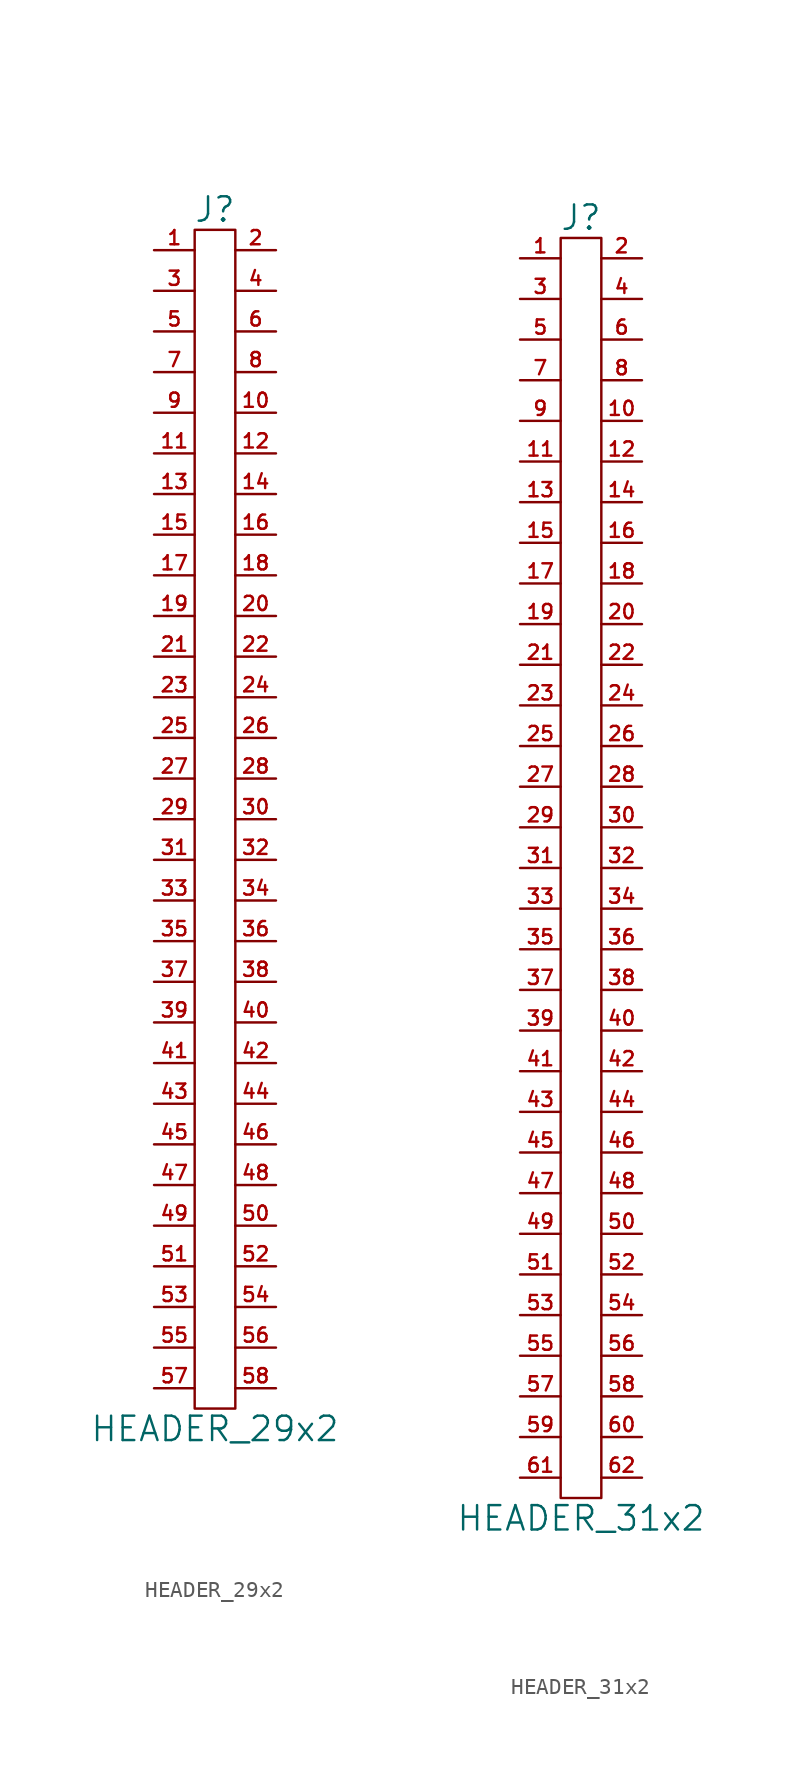
<source format=kicad_sym>
(kicad_symbol_lib
  (version 20211014)
  (generator kicad_symbol_editor)
  (symbol "HEADER_29x2"
    (pin_names
      (offset 0))
    (property "Reference" "J"
      (at 0 38.1 0)
      (effects (font (size 1.524 1.524))))
    (property "Value" "HEADER_29x2"
      (at 0 -38.1 0)
      (effects (font (size 1.524 1.524))))
    (property "Footprint" ""
      (at 0 -1.27 0)
      (effects (font (size 1.524 1.524))))
    (property "Datasheet" ""
      (at 0 -1.27 0)
      (effects (font (size 1.524 1.524))))
    (symbol "HEADER_29x2_0_1"
      (rectangle (start 1.27 -36.83) (end -1.27 36.83) (stroke (width 0) (type default) (color 0 0 0 0)) (fill (type none))))
    (symbol "HEADER_29x2_1_1"
      (pin passive line (at -3.81 35.56 0) (length 2.54) (name "~" (effects (font (size 1.27 1.27)))) (number "1" (effects (font (size 0.889 0.889)))))
      (pin passive line (at 3.81 25.4 180) (length 2.54) (name "~" (effects (font (size 1.27 1.27)))) (number "10" (effects (font (size 0.889 0.889)))))
      (pin passive line (at -3.81 22.86 0) (length 2.54) (name "~" (effects (font (size 1.27 1.27)))) (number "11" (effects (font (size 0.889 0.889)))))
      (pin passive line (at 3.81 22.86 180) (length 2.54) (name "~" (effects (font (size 1.27 1.27)))) (number "12" (effects (font (size 0.889 0.889)))))
      (pin passive line (at -3.81 20.32 0) (length 2.54) (name "~" (effects (font (size 1.27 1.27)))) (number "13" (effects (font (size 0.889 0.889)))))
      (pin passive line (at 3.81 20.32 180) (length 2.54) (name "~" (effects (font (size 1.27 1.27)))) (number "14" (effects (font (size 0.889 0.889)))))
      (pin passive line (at -3.81 17.78 0) (length 2.54) (name "~" (effects (font (size 1.27 1.27)))) (number "15" (effects (font (size 0.889 0.889)))))
      (pin passive line (at 3.81 17.78 180) (length 2.54) (name "~" (effects (font (size 1.27 1.27)))) (number "16" (effects (font (size 0.889 0.889)))))
      (pin passive line (at -3.81 15.24 0) (length 2.54) (name "~" (effects (font (size 1.27 1.27)))) (number "17" (effects (font (size 0.889 0.889)))))
      (pin passive line (at 3.81 15.24 180) (length 2.54) (name "~" (effects (font (size 1.27 1.27)))) (number "18" (effects (font (size 0.889 0.889)))))
      (pin passive line (at -3.81 12.7 0) (length 2.54) (name "~" (effects (font (size 1.27 1.27)))) (number "19" (effects (font (size 0.889 0.889)))))
      (pin passive line (at 3.81 35.56 180) (length 2.54) (name "~" (effects (font (size 1.27 1.27)))) (number "2" (effects (font (size 0.889 0.889)))))
      (pin passive line (at 3.81 12.7 180) (length 2.54) (name "~" (effects (font (size 1.27 1.27)))) (number "20" (effects (font (size 0.889 0.889)))))
      (pin passive line (at -3.81 10.16 0) (length 2.54) (name "~" (effects (font (size 1.27 1.27)))) (number "21" (effects (font (size 0.889 0.889)))))
      (pin passive line (at 3.81 10.16 180) (length 2.54) (name "~" (effects (font (size 1.27 1.27)))) (number "22" (effects (font (size 0.889 0.889)))))
      (pin passive line (at -3.81 7.62 0) (length 2.54) (name "~" (effects (font (size 1.27 1.27)))) (number "23" (effects (font (size 0.889 0.889)))))
      (pin passive line (at 3.81 7.62 180) (length 2.54) (name "~" (effects (font (size 1.27 1.27)))) (number "24" (effects (font (size 0.889 0.889)))))
      (pin passive line (at -3.81 5.08 0) (length 2.54) (name "~" (effects (font (size 1.27 1.27)))) (number "25" (effects (font (size 0.889 0.889)))))
      (pin passive line (at 3.81 5.08 180) (length 2.54) (name "~" (effects (font (size 1.27 1.27)))) (number "26" (effects (font (size 0.889 0.889)))))
      (pin passive line (at -3.81 2.54 0) (length 2.54) (name "~" (effects (font (size 1.27 1.27)))) (number "27" (effects (font (size 0.889 0.889)))))
      (pin passive line (at 3.81 2.54 180) (length 2.54) (name "~" (effects (font (size 1.27 1.27)))) (number "28" (effects (font (size 0.889 0.889)))))
      (pin passive line (at -3.81 0 0) (length 2.54) (name "~" (effects (font (size 1.27 1.27)))) (number "29" (effects (font (size 0.889 0.889)))))
      (pin passive line (at -3.81 33.02 0) (length 2.54) (name "~" (effects (font (size 1.27 1.27)))) (number "3" (effects (font (size 0.889 0.889)))))
      (pin passive line (at 3.81 0 180) (length 2.54) (name "~" (effects (font (size 1.27 1.27)))) (number "30" (effects (font (size 0.889 0.889)))))
      (pin passive line (at -3.81 -2.54 0) (length 2.54) (name "~" (effects (font (size 1.27 1.27)))) (number "31" (effects (font (size 0.889 0.889)))))
      (pin passive line (at 3.81 -2.54 180) (length 2.54) (name "~" (effects (font (size 1.27 1.27)))) (number "32" (effects (font (size 0.889 0.889)))))
      (pin passive line (at -3.81 -5.08 0) (length 2.54) (name "~" (effects (font (size 1.27 1.27)))) (number "33" (effects (font (size 0.889 0.889)))))
      (pin passive line (at 3.81 -5.08 180) (length 2.54) (name "~" (effects (font (size 1.27 1.27)))) (number "34" (effects (font (size 0.889 0.889)))))
      (pin passive line (at -3.81 -7.62 0) (length 2.54) (name "~" (effects (font (size 1.27 1.27)))) (number "35" (effects (font (size 0.889 0.889)))))
      (pin passive line (at 3.81 -7.62 180) (length 2.54) (name "~" (effects (font (size 1.27 1.27)))) (number "36" (effects (font (size 0.889 0.889)))))
      (pin passive line (at -3.81 -10.16 0) (length 2.54) (name "~" (effects (font (size 0.889 0.889)))) (number "37" (effects (font (size 0.889 0.889)))))
      (pin passive line (at 3.81 -10.16 180) (length 2.54) (name "~" (effects (font (size 1.27 1.27)))) (number "38" (effects (font (size 0.889 0.889)))))
      (pin passive line (at -3.81 -12.7 0) (length 2.54) (name "~" (effects (font (size 1.27 1.27)))) (number "39" (effects (font (size 0.889 0.889)))))
      (pin passive line (at 3.81 33.02 180) (length 2.54) (name "~" (effects (font (size 1.27 1.27)))) (number "4" (effects (font (size 0.889 0.889)))))
      (pin passive line (at 3.81 -12.7 180) (length 2.54) (name "~" (effects (font (size 1.27 1.27)))) (number "40" (effects (font (size 0.889 0.889)))))
      (pin passive line (at -3.81 -15.24 0) (length 2.54) (name "~" (effects (font (size 1.27 1.27)))) (number "41" (effects (font (size 0.889 0.889)))))
      (pin passive line (at 3.81 -15.24 180) (length 2.54) (name "~" (effects (font (size 1.27 1.27)))) (number "42" (effects (font (size 0.889 0.889)))))
      (pin passive line (at -3.81 -17.78 0) (length 2.54) (name "~" (effects (font (size 1.27 1.27)))) (number "43" (effects (font (size 0.889 0.889)))))
      (pin passive line (at 3.81 -17.78 180) (length 2.54) (name "~" (effects (font (size 1.27 1.27)))) (number "44" (effects (font (size 0.889 0.889)))))
      (pin passive line (at -3.81 -20.32 0) (length 2.54) (name "~" (effects (font (size 1.27 1.27)))) (number "45" (effects (font (size 0.889 0.889)))))
      (pin passive line (at 3.81 -20.32 180) (length 2.54) (name "~" (effects (font (size 1.27 1.27)))) (number "46" (effects (font (size 0.889 0.889)))))
      (pin passive line (at -3.81 -22.86 0) (length 2.54) (name "~" (effects (font (size 1.27 1.27)))) (number "47" (effects (font (size 0.889 0.889)))))
      (pin passive line (at 3.81 -22.86 180) (length 2.54) (name "~" (effects (font (size 1.27 1.27)))) (number "48" (effects (font (size 0.889 0.889)))))
      (pin passive line (at -3.81 -25.4 0) (length 2.54) (name "~" (effects (font (size 1.27 1.27)))) (number "49" (effects (font (size 0.889 0.889)))))
      (pin passive line (at -3.81 30.48 0) (length 2.54) (name "~" (effects (font (size 1.27 1.27)))) (number "5" (effects (font (size 0.889 0.889)))))
      (pin passive line (at 3.81 -25.4 180) (length 2.54) (name "~" (effects (font (size 1.27 1.27)))) (number "50" (effects (font (size 0.889 0.889)))))
      (pin passive line (at -3.81 -27.94 0) (length 2.54) (name "~" (effects (font (size 1.27 1.27)))) (number "51" (effects (font (size 0.889 0.889)))))
      (pin passive line (at 3.81 -27.94 180) (length 2.54) (name "~" (effects (font (size 1.27 1.27)))) (number "52" (effects (font (size 0.889 0.889)))))
      (pin passive line (at -3.81 -30.48 0) (length 2.54) (name "~" (effects (font (size 1.27 1.27)))) (number "53" (effects (font (size 0.889 0.889)))))
      (pin passive line (at 3.81 -30.48 180) (length 2.54) (name "~" (effects (font (size 1.27 1.27)))) (number "54" (effects (font (size 0.889 0.889)))))
      (pin passive line (at -3.81 -33.02 0) (length 2.54) (name "~" (effects (font (size 1.27 1.27)))) (number "55" (effects (font (size 0.889 0.889)))))
      (pin passive line (at 3.81 -33.02 180) (length 2.54) (name "~" (effects (font (size 1.27 1.27)))) (number "56" (effects (font (size 0.889 0.889)))))
      (pin passive line (at -3.81 -35.56 0) (length 2.54) (name "~" (effects (font (size 1.27 1.27)))) (number "57" (effects (font (size 0.889 0.889)))))
      (pin passive line (at 3.81 -35.56 180) (length 2.54) (name "~" (effects (font (size 1.27 1.27)))) (number "58" (effects (font (size 0.889 0.889)))))
      (pin passive line (at 3.81 30.48 180) (length 2.54) (name "~" (effects (font (size 1.27 1.27)))) (number "6" (effects (font (size 0.889 0.889)))))
      (pin passive line (at -3.81 27.94 0) (length 2.54) (name "~" (effects (font (size 1.27 1.27)))) (number "7" (effects (font (size 0.889 0.889)))))
      (pin passive line (at 3.81 27.94 180) (length 2.54) (name "~" (effects (font (size 1.27 1.27)))) (number "8" (effects (font (size 0.889 0.889)))))
      (pin passive line (at -3.81 25.4 0) (length 2.54) (name "~" (effects (font (size 1.27 1.27)))) (number "9" (effects (font (size 0.889 0.889)))))))
  (symbol "HEADER_31x2"
    (pin_names
      (offset 0))
    (property "Reference" "J"
      (at 0 40.64 0)
      (effects (font (size 1.524 1.524))))
    (property "Value" "HEADER_31x2"
      (at 0 -40.64 0)
      (effects (font (size 1.524 1.524))))
    (property "Footprint" ""
      (at 0 -1.27 0)
      (effects (font (size 1.524 1.524))))
    (property "Datasheet" ""
      (at 0 -1.27 0)
      (effects (font (size 1.524 1.524))))
    (symbol "HEADER_31x2_0_1"
      (rectangle (start 1.27 -39.37) (end -1.27 39.37) (stroke (width 0) (type default) (color 0 0 0 0)) (fill (type none))))
    (symbol "HEADER_31x2_1_1"
      (pin passive line (at -3.81 38.1 0) (length 2.54) (name "~" (effects (font (size 1.27 1.27)))) (number "1" (effects (font (size 0.889 0.889)))))
      (pin passive line (at 3.81 27.94 180) (length 2.54) (name "~" (effects (font (size 1.27 1.27)))) (number "10" (effects (font (size 0.889 0.889)))))
      (pin passive line (at -3.81 25.4 0) (length 2.54) (name "~" (effects (font (size 1.27 1.27)))) (number "11" (effects (font (size 0.889 0.889)))))
      (pin passive line (at 3.81 25.4 180) (length 2.54) (name "~" (effects (font (size 1.27 1.27)))) (number "12" (effects (font (size 0.889 0.889)))))
      (pin passive line (at -3.81 22.86 0) (length 2.54) (name "~" (effects (font (size 1.27 1.27)))) (number "13" (effects (font (size 0.889 0.889)))))
      (pin passive line (at 3.81 22.86 180) (length 2.54) (name "~" (effects (font (size 1.27 1.27)))) (number "14" (effects (font (size 0.889 0.889)))))
      (pin passive line (at -3.81 20.32 0) (length 2.54) (name "~" (effects (font (size 1.27 1.27)))) (number "15" (effects (font (size 0.889 0.889)))))
      (pin passive line (at 3.81 20.32 180) (length 2.54) (name "~" (effects (font (size 1.27 1.27)))) (number "16" (effects (font (size 0.889 0.889)))))
      (pin passive line (at -3.81 17.78 0) (length 2.54) (name "~" (effects (font (size 1.27 1.27)))) (number "17" (effects (font (size 0.889 0.889)))))
      (pin passive line (at 3.81 17.78 180) (length 2.54) (name "~" (effects (font (size 1.27 1.27)))) (number "18" (effects (font (size 0.889 0.889)))))
      (pin passive line (at -3.81 15.24 0) (length 2.54) (name "~" (effects (font (size 1.27 1.27)))) (number "19" (effects (font (size 0.889 0.889)))))
      (pin passive line (at 3.81 38.1 180) (length 2.54) (name "~" (effects (font (size 1.27 1.27)))) (number "2" (effects (font (size 0.889 0.889)))))
      (pin passive line (at 3.81 15.24 180) (length 2.54) (name "~" (effects (font (size 1.27 1.27)))) (number "20" (effects (font (size 0.889 0.889)))))
      (pin passive line (at -3.81 12.7 0) (length 2.54) (name "~" (effects (font (size 1.27 1.27)))) (number "21" (effects (font (size 0.889 0.889)))))
      (pin passive line (at 3.81 12.7 180) (length 2.54) (name "~" (effects (font (size 1.27 1.27)))) (number "22" (effects (font (size 0.889 0.889)))))
      (pin passive line (at -3.81 10.16 0) (length 2.54) (name "~" (effects (font (size 1.27 1.27)))) (number "23" (effects (font (size 0.889 0.889)))))
      (pin passive line (at 3.81 10.16 180) (length 2.54) (name "~" (effects (font (size 1.27 1.27)))) (number "24" (effects (font (size 0.889 0.889)))))
      (pin passive line (at -3.81 7.62 0) (length 2.54) (name "~" (effects (font (size 1.27 1.27)))) (number "25" (effects (font (size 0.889 0.889)))))
      (pin passive line (at 3.81 7.62 180) (length 2.54) (name "~" (effects (font (size 1.27 1.27)))) (number "26" (effects (font (size 0.889 0.889)))))
      (pin passive line (at -3.81 5.08 0) (length 2.54) (name "~" (effects (font (size 1.27 1.27)))) (number "27" (effects (font (size 0.889 0.889)))))
      (pin passive line (at 3.81 5.08 180) (length 2.54) (name "~" (effects (font (size 1.27 1.27)))) (number "28" (effects (font (size 0.889 0.889)))))
      (pin passive line (at -3.81 2.54 0) (length 2.54) (name "~" (effects (font (size 1.27 1.27)))) (number "29" (effects (font (size 0.889 0.889)))))
      (pin passive line (at -3.81 35.56 0) (length 2.54) (name "~" (effects (font (size 1.27 1.27)))) (number "3" (effects (font (size 0.889 0.889)))))
      (pin passive line (at 3.81 2.54 180) (length 2.54) (name "~" (effects (font (size 1.27 1.27)))) (number "30" (effects (font (size 0.889 0.889)))))
      (pin passive line (at -3.81 0 0) (length 2.54) (name "~" (effects (font (size 1.27 1.27)))) (number "31" (effects (font (size 0.889 0.889)))))
      (pin passive line (at 3.81 0 180) (length 2.54) (name "~" (effects (font (size 1.27 1.27)))) (number "32" (effects (font (size 0.889 0.889)))))
      (pin passive line (at -3.81 -2.54 0) (length 2.54) (name "~" (effects (font (size 1.27 1.27)))) (number "33" (effects (font (size 0.889 0.889)))))
      (pin passive line (at 3.81 -2.54 180) (length 2.54) (name "~" (effects (font (size 1.27 1.27)))) (number "34" (effects (font (size 0.889 0.889)))))
      (pin passive line (at -3.81 -5.08 0) (length 2.54) (name "~" (effects (font (size 1.27 1.27)))) (number "35" (effects (font (size 0.889 0.889)))))
      (pin passive line (at 3.81 -5.08 180) (length 2.54) (name "~" (effects (font (size 1.27 1.27)))) (number "36" (effects (font (size 0.889 0.889)))))
      (pin passive line (at -3.81 -7.62 0) (length 2.54) (name "~" (effects (font (size 0.889 0.889)))) (number "37" (effects (font (size 0.889 0.889)))))
      (pin passive line (at 3.81 -7.62 180) (length 2.54) (name "~" (effects (font (size 1.27 1.27)))) (number "38" (effects (font (size 0.889 0.889)))))
      (pin passive line (at -3.81 -10.16 0) (length 2.54) (name "~" (effects (font (size 1.27 1.27)))) (number "39" (effects (font (size 0.889 0.889)))))
      (pin passive line (at 3.81 35.56 180) (length 2.54) (name "~" (effects (font (size 1.27 1.27)))) (number "4" (effects (font (size 0.889 0.889)))))
      (pin passive line (at 3.81 -10.16 180) (length 2.54) (name "~" (effects (font (size 1.27 1.27)))) (number "40" (effects (font (size 0.889 0.889)))))
      (pin passive line (at -3.81 -12.7 0) (length 2.54) (name "~" (effects (font (size 1.27 1.27)))) (number "41" (effects (font (size 0.889 0.889)))))
      (pin passive line (at 3.81 -12.7 180) (length 2.54) (name "~" (effects (font (size 1.27 1.27)))) (number "42" (effects (font (size 0.889 0.889)))))
      (pin passive line (at -3.81 -15.24 0) (length 2.54) (name "~" (effects (font (size 1.27 1.27)))) (number "43" (effects (font (size 0.889 0.889)))))
      (pin passive line (at 3.81 -15.24 180) (length 2.54) (name "~" (effects (font (size 1.27 1.27)))) (number "44" (effects (font (size 0.889 0.889)))))
      (pin passive line (at -3.81 -17.78 0) (length 2.54) (name "~" (effects (font (size 1.27 1.27)))) (number "45" (effects (font (size 0.889 0.889)))))
      (pin passive line (at 3.81 -17.78 180) (length 2.54) (name "~" (effects (font (size 1.27 1.27)))) (number "46" (effects (font (size 0.889 0.889)))))
      (pin passive line (at -3.81 -20.32 0) (length 2.54) (name "~" (effects (font (size 1.27 1.27)))) (number "47" (effects (font (size 0.889 0.889)))))
      (pin passive line (at 3.81 -20.32 180) (length 2.54) (name "~" (effects (font (size 1.27 1.27)))) (number "48" (effects (font (size 0.889 0.889)))))
      (pin passive line (at -3.81 -22.86 0) (length 2.54) (name "~" (effects (font (size 1.27 1.27)))) (number "49" (effects (font (size 0.889 0.889)))))
      (pin passive line (at -3.81 33.02 0) (length 2.54) (name "~" (effects (font (size 1.27 1.27)))) (number "5" (effects (font (size 0.889 0.889)))))
      (pin passive line (at 3.81 -22.86 180) (length 2.54) (name "~" (effects (font (size 1.27 1.27)))) (number "50" (effects (font (size 0.889 0.889)))))
      (pin passive line (at -3.81 -25.4 0) (length 2.54) (name "~" (effects (font (size 1.27 1.27)))) (number "51" (effects (font (size 0.889 0.889)))))
      (pin passive line (at 3.81 -25.4 180) (length 2.54) (name "~" (effects (font (size 1.27 1.27)))) (number "52" (effects (font (size 0.889 0.889)))))
      (pin passive line (at -3.81 -27.94 0) (length 2.54) (name "~" (effects (font (size 1.27 1.27)))) (number "53" (effects (font (size 0.889 0.889)))))
      (pin passive line (at 3.81 -27.94 180) (length 2.54) (name "~" (effects (font (size 1.27 1.27)))) (number "54" (effects (font (size 0.889 0.889)))))
      (pin passive line (at -3.81 -30.48 0) (length 2.54) (name "~" (effects (font (size 1.27 1.27)))) (number "55" (effects (font (size 0.889 0.889)))))
      (pin passive line (at 3.81 -30.48 180) (length 2.54) (name "~" (effects (font (size 1.27 1.27)))) (number "56" (effects (font (size 0.889 0.889)))))
      (pin passive line (at -3.81 -33.02 0) (length 2.54) (name "~" (effects (font (size 1.27 1.27)))) (number "57" (effects (font (size 0.889 0.889)))))
      (pin passive line (at 3.81 -33.02 180) (length 2.54) (name "~" (effects (font (size 1.27 1.27)))) (number "58" (effects (font (size 0.889 0.889)))))
      (pin passive line (at -3.81 -35.56 0) (length 2.54) (name "~" (effects (font (size 1.27 1.27)))) (number "59" (effects (font (size 0.889 0.889)))))
      (pin passive line (at 3.81 33.02 180) (length 2.54) (name "~" (effects (font (size 1.27 1.27)))) (number "6" (effects (font (size 0.889 0.889)))))
      (pin passive line (at 3.81 -35.56 180) (length 2.54) (name "~" (effects (font (size 1.27 1.27)))) (number "60" (effects (font (size 0.889 0.889)))))
      (pin passive line (at -3.81 -38.1 0) (length 2.54) (name "~" (effects (font (size 1.27 1.27)))) (number "61" (effects (font (size 0.889 0.889)))))
      (pin passive line (at 3.81 -38.1 180) (length 2.54) (name "~" (effects (font (size 1.27 1.27)))) (number "62" (effects (font (size 0.889 0.889)))))
      (pin passive line (at -3.81 30.48 0) (length 2.54) (name "~" (effects (font (size 1.27 1.27)))) (number "7" (effects (font (size 0.889 0.889)))))
      (pin passive line (at 3.81 30.48 180) (length 2.54) (name "~" (effects (font (size 1.27 1.27)))) (number "8" (effects (font (size 0.889 0.889)))))
      (pin passive line (at -3.81 27.94 0) (length 2.54) (name "~" (effects (font (size 1.27 1.27)))) (number "9" (effects (font (size 0.889 0.889))))))))
</source>
